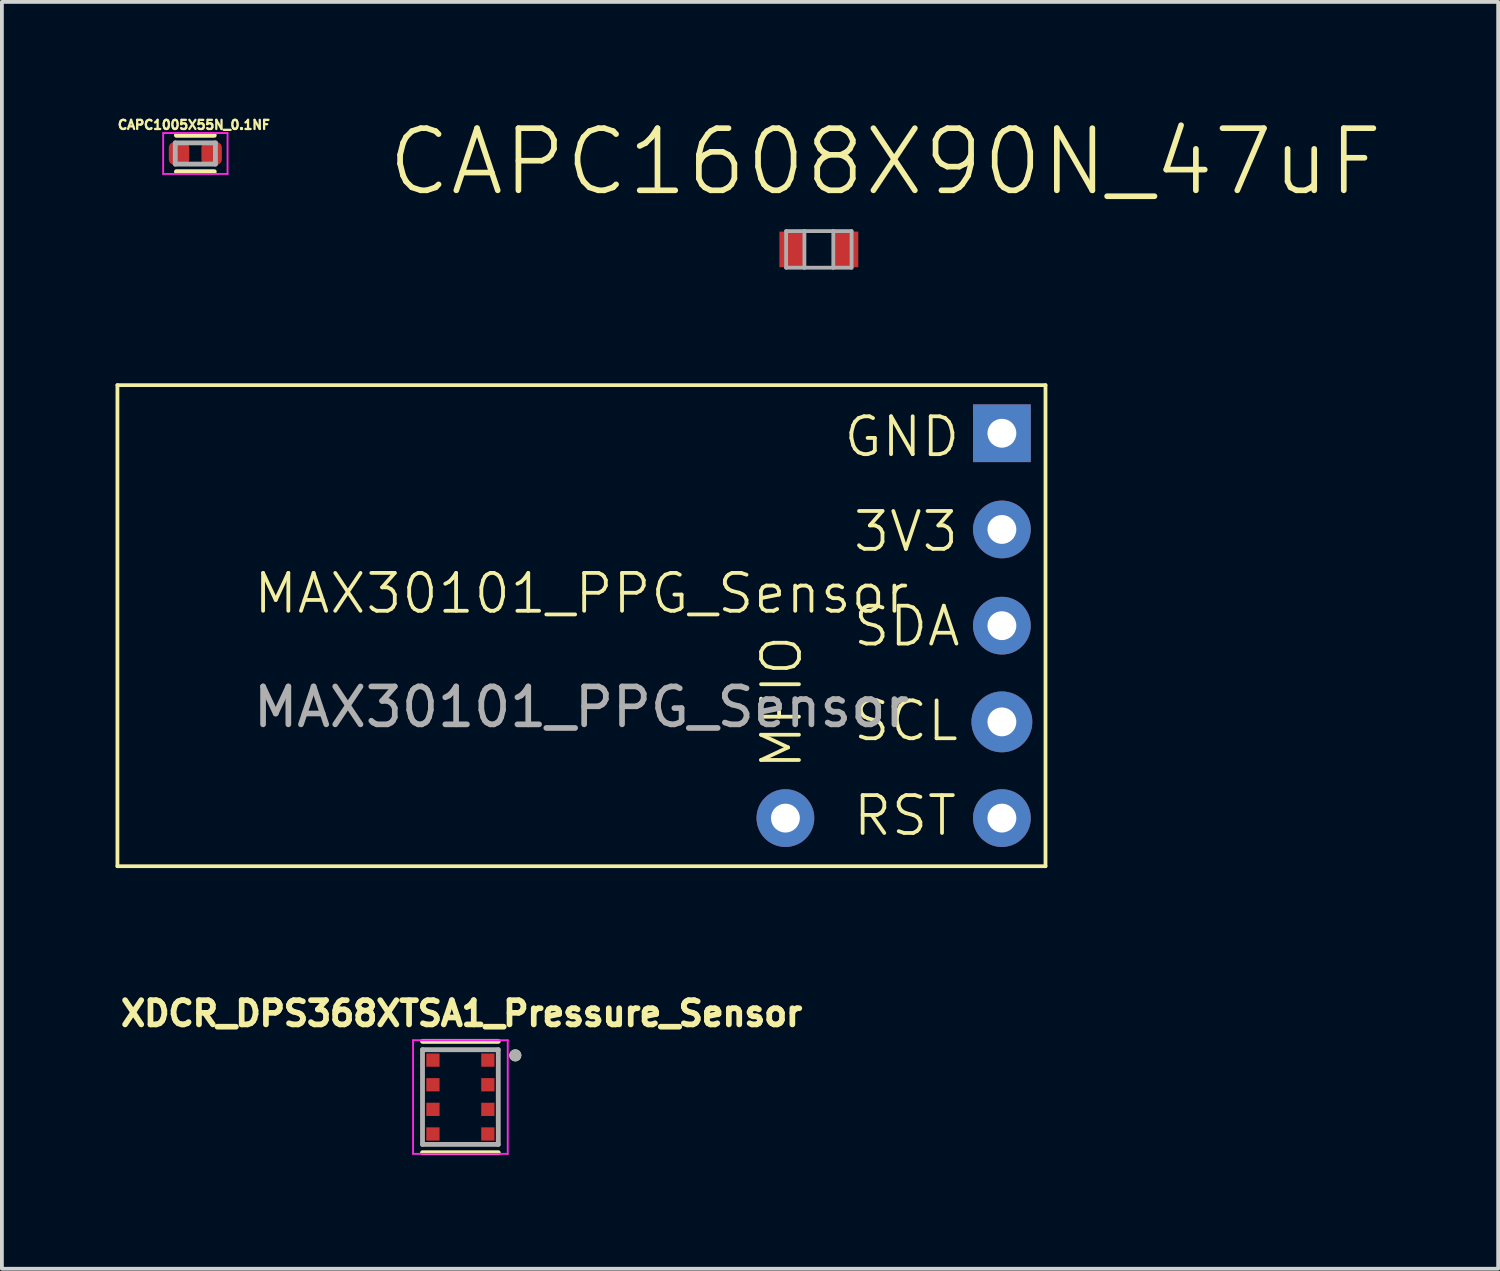
<source format=kicad_pcb>
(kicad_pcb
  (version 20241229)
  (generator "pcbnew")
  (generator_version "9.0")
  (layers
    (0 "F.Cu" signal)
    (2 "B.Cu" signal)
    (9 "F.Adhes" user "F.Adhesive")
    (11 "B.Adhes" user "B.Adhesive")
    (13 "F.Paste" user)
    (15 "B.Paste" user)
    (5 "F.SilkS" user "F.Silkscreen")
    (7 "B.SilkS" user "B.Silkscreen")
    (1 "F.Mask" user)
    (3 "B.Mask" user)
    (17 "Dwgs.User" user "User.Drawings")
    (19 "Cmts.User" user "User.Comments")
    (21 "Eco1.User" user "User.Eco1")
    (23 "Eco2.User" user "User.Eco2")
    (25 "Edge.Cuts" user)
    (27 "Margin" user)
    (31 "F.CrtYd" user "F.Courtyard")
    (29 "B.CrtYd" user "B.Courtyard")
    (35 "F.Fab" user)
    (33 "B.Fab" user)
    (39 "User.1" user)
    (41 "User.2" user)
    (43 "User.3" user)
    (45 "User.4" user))
  (footprint "XDCR_DPS368XTSA1_Pressure_Sensor"
    (layer "F.Cu")
    (at 9.104 25.911)
    (property "Reference" "XDCR_DPS368XTSA1_Pressure_Sensor" (at 0.032 -2.206 0) (layer "F.SilkS") (effects (font (size 0.64 0.64) (thickness 0.15))))
    (attr smd)
    (fp_line (start -1 -1.47) (end 1 -1.47) (stroke (width 0.127) (type solid)) (layer "F.SilkS"))
    (fp_line (start -1 1.47) (end 1 1.47) (stroke (width 0.127) (type solid)) (layer "F.SilkS"))
    (fp_circle (center 1.45 -1.1) (end 1.53 -1.1) (stroke (width 0.16) (type solid)) (fill no) (layer "F.SilkS"))
    (fp_circle (center -0.725 -0.975) (end -0.637 -0.975) (stroke (width 0.175) (type solid)) (fill no) (layer "F.Paste"))
    (fp_circle (center -0.725 -0.325) (end -0.637 -0.325) (stroke (width 0.175) (type solid)) (fill no) (layer "F.Paste"))
    (fp_circle (center -0.725 0.325) (end -0.637 0.325) (stroke (width 0.175) (type solid)) (fill no) (layer "F.Paste"))
    (fp_circle (center -0.725 0.975) (end -0.637 0.975) (stroke (width 0.175) (type solid)) (fill no) (layer "F.Paste"))
    (fp_circle (center 0.725 -0.975) (end 0.812 -0.975) (stroke (width 0.175) (type solid)) (fill no) (layer "F.Paste"))
    (fp_circle (center 0.725 -0.325) (end 0.812 -0.325) (stroke (width 0.175) (type solid)) (fill no) (layer "F.Paste"))
    (fp_circle (center 0.725 0.325) (end 0.812 0.325) (stroke (width 0.175) (type solid)) (fill no) (layer "F.Paste"))
    (fp_circle (center 0.725 0.975) (end 0.812 0.975) (stroke (width 0.175) (type solid)) (fill no) (layer "F.Paste"))
    (fp_line (start -1.25 -1.5) (end 1.25 -1.5) (stroke (width 0.05) (type solid)) (layer "F.CrtYd"))
    (fp_line (start -1.25 1.5) (end -1.25 -1.5) (stroke (width 0.05) (type solid)) (layer "F.CrtYd"))
    (fp_line (start 1.25 -1.5) (end 1.25 1.5) (stroke (width 0.05) (type solid)) (layer "F.CrtYd"))
    (fp_line (start 1.25 1.5) (end -1.25 1.5) (stroke (width 0.05) (type solid)) (layer "F.CrtYd"))
    (fp_line (start -1 -1.25) (end 1 -1.25) (stroke (width 0.127) (type solid)) (layer "F.Fab"))
    (fp_line (start -1 1.25) (end -1 -1.25) (stroke (width 0.127) (type solid)) (layer "F.Fab"))
    (fp_line (start 1 -1.25) (end 1 1.25) (stroke (width 0.127) (type solid)) (layer "F.Fab"))
    (fp_line (start 1 1.25) (end -1 1.25) (stroke (width 0.127) (type solid)) (layer "F.Fab"))
    (fp_circle (center 1.45 -1.1) (end 1.53 -1.1) (stroke (width 0.16) (type solid)) (fill no) (layer "F.Fab"))
    (pad "1" smd rect (at 0.725 -0.975) (size 0.35 0.35) (layers "F.Cu" "F.Mask"))
    (pad "2" smd rect (at 0.725 -0.325) (size 0.35 0.35) (layers "F.Cu" "F.Mask"))
    (pad "3" smd rect (at 0.725 0.325) (size 0.35 0.35) (layers "F.Cu" "F.Mask"))
    (pad "4" smd rect (at 0.725 0.975) (size 0.35 0.35) (layers "F.Cu" "F.Mask"))
    (pad "5" smd rect (at -0.725 0.975) (size 0.35 0.35) (layers "F.Cu" "F.Mask"))
    (pad "6" smd rect (at -0.725 0.325) (size 0.35 0.35) (layers "F.Cu" "F.Mask"))
    (pad "7" smd rect (at -0.725 -0.325) (size 0.35 0.35) (layers "F.Cu" "F.Mask"))
    (pad "8" smd rect (at -0.725 -0.975) (size 0.35 0.35) (layers "F.Cu" "F.Mask")))
  (footprint "CAPC1005X55N_0.1NF"
    (layer "F.Cu")
    (at 2.107 1.002)
    (property "Reference" "CAPC1005X55N_0.1NF" (at -0.038 -0.756 0) (layer "F.SilkS") (effects (font (size 0.241 0.241) (thickness 0.15))))
    (attr smd)
    (fp_line (start -0.5 0.48) (end 0.5 0.48) (stroke (width 0.127) (type solid)) (layer "F.SilkS"))
    (fp_line (start 0.5 -0.48) (end -0.5 -0.48) (stroke (width 0.127) (type solid)) (layer "F.SilkS"))
    (fp_line (start -0.85 -0.54) (end -0.85 0.54) (stroke (width 0.05) (type solid)) (layer "F.CrtYd"))
    (fp_line (start -0.85 0.54) (end 0.85 0.54) (stroke (width 0.05) (type solid)) (layer "F.CrtYd"))
    (fp_line (start 0.85 -0.54) (end -0.85 -0.54) (stroke (width 0.05) (type solid)) (layer "F.CrtYd"))
    (fp_line (start 0.85 0.54) (end 0.85 -0.54) (stroke (width 0.05) (type solid)) (layer "F.CrtYd"))
    (fp_line (start -0.53 -0.28) (end -0.53 0.28) (stroke (width 0.127) (type solid)) (layer "F.Fab"))
    (fp_line (start -0.53 0.28) (end 0.53 0.28) (stroke (width 0.127) (type solid)) (layer "F.Fab"))
    (fp_line (start 0.53 -0.28) (end -0.53 -0.28) (stroke (width 0.127) (type solid)) (layer "F.Fab"))
    (fp_line (start 0.53 0.28) (end 0.53 -0.28) (stroke (width 0.127) (type solid)) (layer "F.Fab"))
    (pad "1" smd roundrect (at -0.43 0) (size 0.54 0.6) (layers "F.Cu" "F.Mask" "F.Paste") (roundrect_rratio 0.265))
    (pad "2" smd roundrect (at 0.43 0) (size 0.54 0.6) (layers "F.Cu" "F.Mask" "F.Paste") (roundrect_rratio 0.265)))
  (footprint "CAPC1608X90N_47uF"
    (layer "F.Cu")
    (at 18.567 3.534)
    (property "Reference" "CAPC1608X90N_47uF" (at 1.753 -2.311 0) (layer "F.SilkS") (effects (font (size 1.64 1.64) (thickness 0.15))))
    (attr smd)
    (fp_line (start -0.864 -0.483) (end -0.864 0.483) (stroke (width 0.1) (type solid)) (layer "F.Fab"))
    (fp_line (start -0.864 0.483) (end -0.381 0.483) (stroke (width 0.1) (type solid)) (layer "F.Fab"))
    (fp_line (start -0.381 -0.483) (end -0.864 -0.483) (stroke (width 0.1) (type solid)) (layer "F.Fab"))
    (fp_line (start -0.381 0.483) (end -0.381 -0.483) (stroke (width 0.1) (type solid)) (layer "F.Fab"))
    (fp_line (start -0.381 0.483) (end 0.381 0.483) (stroke (width 0.1) (type solid)) (layer "F.Fab"))
    (fp_line (start 0.381 -0.483) (end -0.381 -0.483) (stroke (width 0.1) (type solid)) (layer "F.Fab"))
    (fp_line (start 0.381 -0.483) (end 0.381 0.483) (stroke (width 0.1) (type solid)) (layer "F.Fab"))
    (fp_line (start 0.381 0.483) (end 0.864 0.483) (stroke (width 0.1) (type solid)) (layer "F.Fab"))
    (fp_line (start 0.864 -0.483) (end 0.381 -0.483) (stroke (width 0.1) (type solid)) (layer "F.Fab"))
    (fp_line (start 0.864 0.483) (end 0.864 -0.483) (stroke (width 0.1) (type solid)) (layer "F.Fab"))
    (pad "1" smd rect (at -0.711 0) (size 0.66 0.94) (layers "F.Cu" "F.Mask" "F.Paste"))
    (pad "2" smd rect (at 0.711 0) (size 0.66 0.94) (layers "F.Cu" "F.Mask" "F.Paste")))
  (footprint "MAX30101_PPG_Sensor"
    (layer "F.Cu")
    (at 24.669 19.817)
    (property "Reference" "MAX30101_PPG_Sensor" (at -12.369 -7.2 0) (unlocked yes) (layer "F.SilkS") (effects (font (size 1 1) (thickness 0.1))))
    (attr through_hole)
    (fp_line (start -24.619 -12.7) (end -0.119 -12.7) (stroke (width 0.1) (type default)) (layer "F.SilkS"))
    (fp_line (start -24.619 0) (end -24.619 -12.7) (stroke (width 0.1) (type default)) (layer "F.SilkS"))
    (fp_line (start -0.119 -12.7) (end -0.119 0) (stroke (width 0.1) (type default)) (layer "F.SilkS"))
    (fp_line (start -0.119 0) (end -24.619 0) (stroke (width 0.1) (type default)) (layer "F.SilkS"))
    (fp_text user "MFIO" (at -6.5 -2.5 90) (unlocked yes) (layer "F.SilkS") (effects (font (size 1 1) (thickness 0.1)) (justify left bottom)))
    (fp_text user "GND" (at -5.5 -10.75 0) (unlocked yes) (layer "F.SilkS") (effects (font (size 1 1) (thickness 0.1)) (justify left bottom)))
    (fp_text user "RST" (at -5.25 -0.75 0) (unlocked yes) (layer "F.SilkS") (effects (font (size 1 1) (thickness 0.1)) (justify left bottom)))
    (fp_text user "SCL" (at -5.25 -3.25 0) (unlocked yes) (layer "F.SilkS") (effects (font (size 1 1) (thickness 0.1)) (justify left bottom)))
    (fp_text user "SDA" (at -5.25 -5.75 0) (unlocked yes) (layer "F.SilkS") (effects (font (size 1 1) (thickness 0.1)) (justify left bottom)))
    (fp_text user "3V3" (at -5.25 -8.25 0) (unlocked yes) (layer "F.SilkS") (effects (font (size 1 1) (thickness 0.1)) (justify left bottom)))
    (fp_text user "${REFERENCE}" (at -12.369 -4.2 0) (unlocked yes) (layer "F.Fab") (effects (font (size 1 1) (thickness 0.15))))
    (pad "1" thru_hole rect (at -1.27 -11.43) (size 1.524 1.524) (drill 0.762) (layers "*.Cu" "*.Mask"))
    (pad "2" thru_hole circle (at -1.27 -8.89) (size 1.524 1.524) (drill 0.762) (layers "*.Cu" "*.Mask"))
    (pad "3" thru_hole circle (at -1.27 -6.35) (size 1.524 1.524) (drill 0.762) (layers "*.Cu" "*.Mask"))
    (pad "4" thru_hole circle (at -1.27 -3.81) (size 1.606 1.606) (drill 0.762) (layers "*.Cu" "*.Mask"))
    (pad "5" thru_hole circle (at -1.27 -1.27) (size 1.524 1.524) (drill 0.762) (layers "*.Cu" "*.Mask"))
    (pad "6" thru_hole circle (at -6.985 -1.27) (size 1.524 1.524) (drill 0.762) (layers "*.Cu" "*.Mask"))
    (zone (net_name "") (layer "F.SilkS") (hatch edge 0.5) (connect_pads) (min_thickness 0.25) (filled_areas_thickness no) (keepout (tracks allowed) (vias allowed) (pads not_allowed) (copperpour allowed) (footprints not_allowed)) (placement (enabled no)) (fill) (polygon (pts (xy 0.05 7.117) (xy 24.55 7.117) (xy 24.55 19.817) (xy 0.05 19.817)))))
  (gr_rect
    (start -3 -3)
    (end 36.5 30.444)
    (stroke (width 0.1) (type default))
    (fill no)
    (layer "Edge.Cuts")))
</source>
